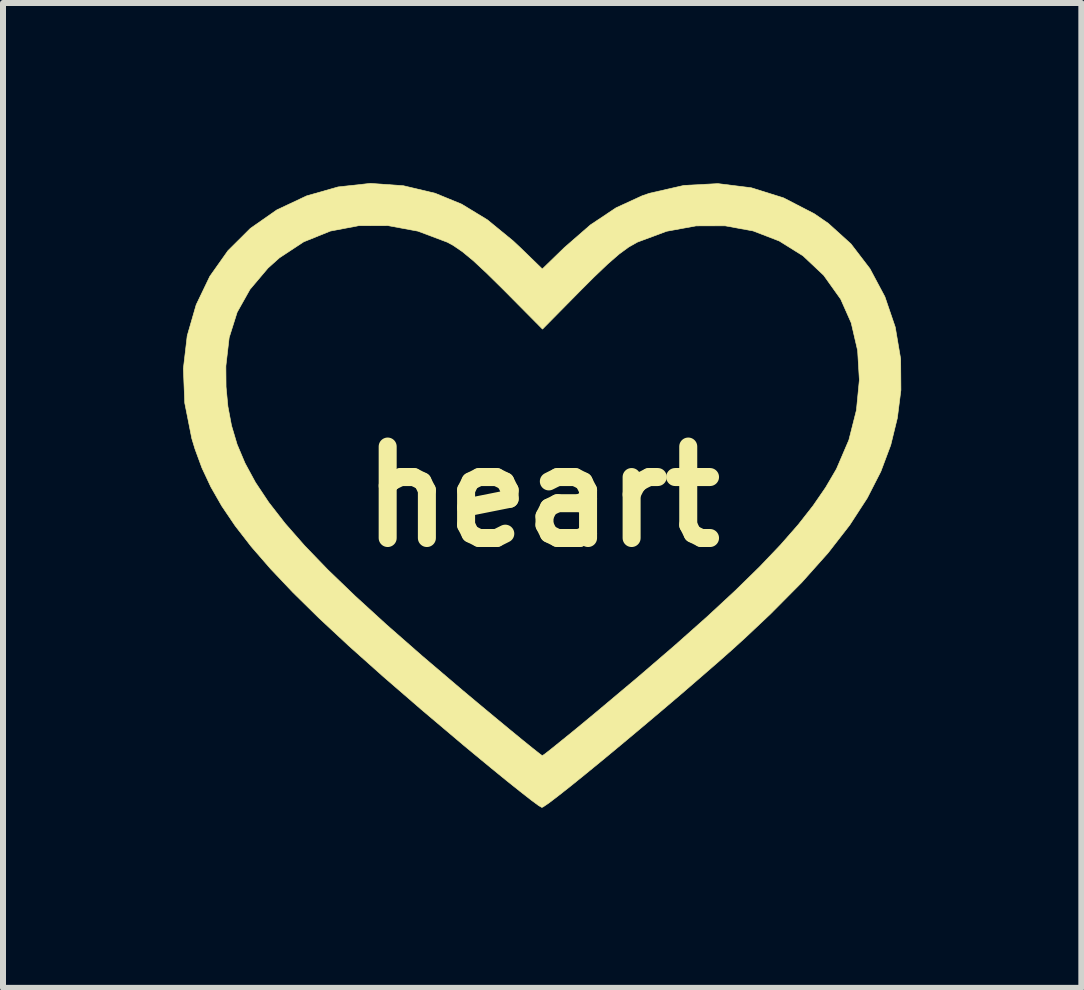
<source format=kicad_pcb>
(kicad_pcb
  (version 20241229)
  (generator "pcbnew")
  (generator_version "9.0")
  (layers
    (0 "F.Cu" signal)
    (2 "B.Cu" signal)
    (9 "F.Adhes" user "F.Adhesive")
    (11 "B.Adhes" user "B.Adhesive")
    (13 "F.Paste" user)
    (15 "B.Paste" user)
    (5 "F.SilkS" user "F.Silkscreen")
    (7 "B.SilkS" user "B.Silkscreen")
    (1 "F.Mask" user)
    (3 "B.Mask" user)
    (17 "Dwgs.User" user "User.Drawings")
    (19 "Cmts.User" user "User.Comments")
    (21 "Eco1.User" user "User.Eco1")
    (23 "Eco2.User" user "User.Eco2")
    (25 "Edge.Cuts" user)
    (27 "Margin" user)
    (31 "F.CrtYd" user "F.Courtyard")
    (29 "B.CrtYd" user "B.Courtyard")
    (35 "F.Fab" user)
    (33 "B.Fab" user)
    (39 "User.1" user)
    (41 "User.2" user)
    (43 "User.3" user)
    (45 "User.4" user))
  (footprint "heart"
    (layer "F.Cu")
    (at 5.985 5.224)
    (property "Reference" "heart" (at 0 0 0) (layer "F.SilkS") (effects (font (size 1.524 1.524) (thickness 0.3))))
    (attr through_hole)
    (fp_poly (pts (xy -2.315 -5.18) (xy -1.785 -5.054) (xy -1.344 -4.873) (xy -0.915 -4.612) (xy -0.485 -4.26) (xy -0.368 -4.15) (xy -0.000001 -3.793) (xy 0.368 -4.15) (xy 0.801 -4.527) (xy 1.228 -4.812) (xy 1.665 -5.013) (xy 1.785 -5.054) (xy 2.359 -5.185) (xy 2.926 -5.215) (xy 3.481 -5.146) (xy 4.018 -4.978) (xy 4.531 -4.713) (xy 4.763 -4.554) (xy 5.142 -4.211) (xy 5.458 -3.798) (xy 5.707 -3.331) (xy 5.88 -2.824) (xy 5.97 -2.293) (xy 5.974 -1.775) (xy 5.915 -1.31) (xy 5.805 -0.86) (xy 5.64 -0.419) (xy 5.414 0.023) (xy 5.122 0.473) (xy 4.76 0.939) (xy 4.321 1.431) (xy 3.801 1.955) (xy 3.383 2.349) (xy 3.164 2.548) (xy 2.904 2.778) (xy 2.611 3.032) (xy 2.297 3.303) (xy 1.969 3.582) (xy 1.638 3.861) (xy 1.313 4.133) (xy 1.003 4.39) (xy 0.717 4.624) (xy 0.466 4.827) (xy 0.259 4.99) (xy 0.104 5.108) (xy 0.012 5.17) (xy -0.008 5.178) (xy -0.063 5.146) (xy -0.185 5.056) (xy -0.364 4.916) (xy -0.592 4.734) (xy -0.857 4.518) (xy -1.15 4.276) (xy -1.302 4.15) (xy -2.02 3.543) (xy -2.659 2.99) (xy -3.225 2.485) (xy -3.722 2.022) (xy -4.155 1.596) (xy -4.528 1.202) (xy -4.847 0.835) (xy -5.116 0.488) (xy -5.34 0.157) (xy -5.523 -0.163) (xy -5.671 -0.479) (xy -5.787 -0.795) (xy -5.84 -0.97) (xy -5.957 -1.559) (xy -5.98 -2.132) (xy -5.975 -2.175) (xy -5.272 -2.175) (xy -5.269 -1.829) (xy -5.238 -1.502) (xy -5.178 -1.184) (xy -5.085 -0.871) (xy -4.953 -0.558) (xy -4.779 -0.237) (xy -4.558 0.095) (xy -4.286 0.445) (xy -3.958 0.819) (xy -3.571 1.22) (xy -3.118 1.656) (xy -2.597 2.132) (xy -2.003 2.653) (xy -1.332 3.224) (xy -1.087 3.429) (xy -0.807 3.662) (xy -0.553 3.872) (xy -0.335 4.051) (xy -0.163 4.19) (xy -0.048 4.281) (xy -0.000465 4.316) (xy 0 4.316) (xy 0.045 4.285) (xy 0.156 4.198) (xy 0.322 4.064) (xy 0.533 3.893) (xy 0.775 3.693) (xy 0.911 3.58) (xy 1.598 3.003) (xy 2.208 2.478) (xy 2.745 2.001) (xy 3.213 1.567) (xy 3.619 1.17) (xy 3.968 0.804) (xy 4.264 0.466) (xy 4.513 0.148) (xy 4.72 -0.153) (xy 4.89 -0.443) (xy 4.903 -0.467) (xy 5.107 -0.943) (xy 5.233 -1.441) (xy 5.282 -1.944) (xy 5.253 -2.434) (xy 5.146 -2.895) (xy 4.971 -3.29) (xy 4.688 -3.687) (xy 4.343 -4.012) (xy 3.947 -4.259) (xy 3.511 -4.427) (xy 3.045 -4.512) (xy 2.562 -4.511) (xy 2.071 -4.421) (xy 1.584 -4.24) (xy 1.581 -4.238) (xy 1.441 -4.159) (xy 1.281 -4.042) (xy 1.09 -3.876) (xy 0.855 -3.652) (xy 0.649 -3.446) (xy 0.003 -2.791) (xy -0.646 -3.446) (xy -0.925 -3.721) (xy -1.149 -3.93) (xy -1.332 -4.081) (xy -1.487 -4.187) (xy -1.581 -4.238) (xy -2.073 -4.423) (xy -2.57 -4.515) (xy -3.059 -4.514) (xy -3.532 -4.424) (xy -3.975 -4.245) (xy -4.379 -3.979) (xy -4.57 -3.808) (xy -4.87 -3.453) (xy -5.084 -3.072) (xy -5.217 -2.65) (xy -5.272 -2.175) (xy -5.975 -2.175) (xy -5.916 -2.68) (xy -5.767 -3.196) (xy -5.539 -3.671) (xy -5.237 -4.098) (xy -4.864 -4.469) (xy -4.425 -4.776) (xy -3.926 -5.011) (xy -3.402 -5.16) (xy -2.864 -5.219) (xy -2.315 -5.18)) (stroke (width 0.01) (type solid)) (fill yes) (layer "F.SilkS")))
  (gr_rect
    (start -3 -3)
    (end 14.965 13.408)
    (stroke (width 0.1) (type default))
    (fill no)
    (layer "Edge.Cuts")))
</source>
